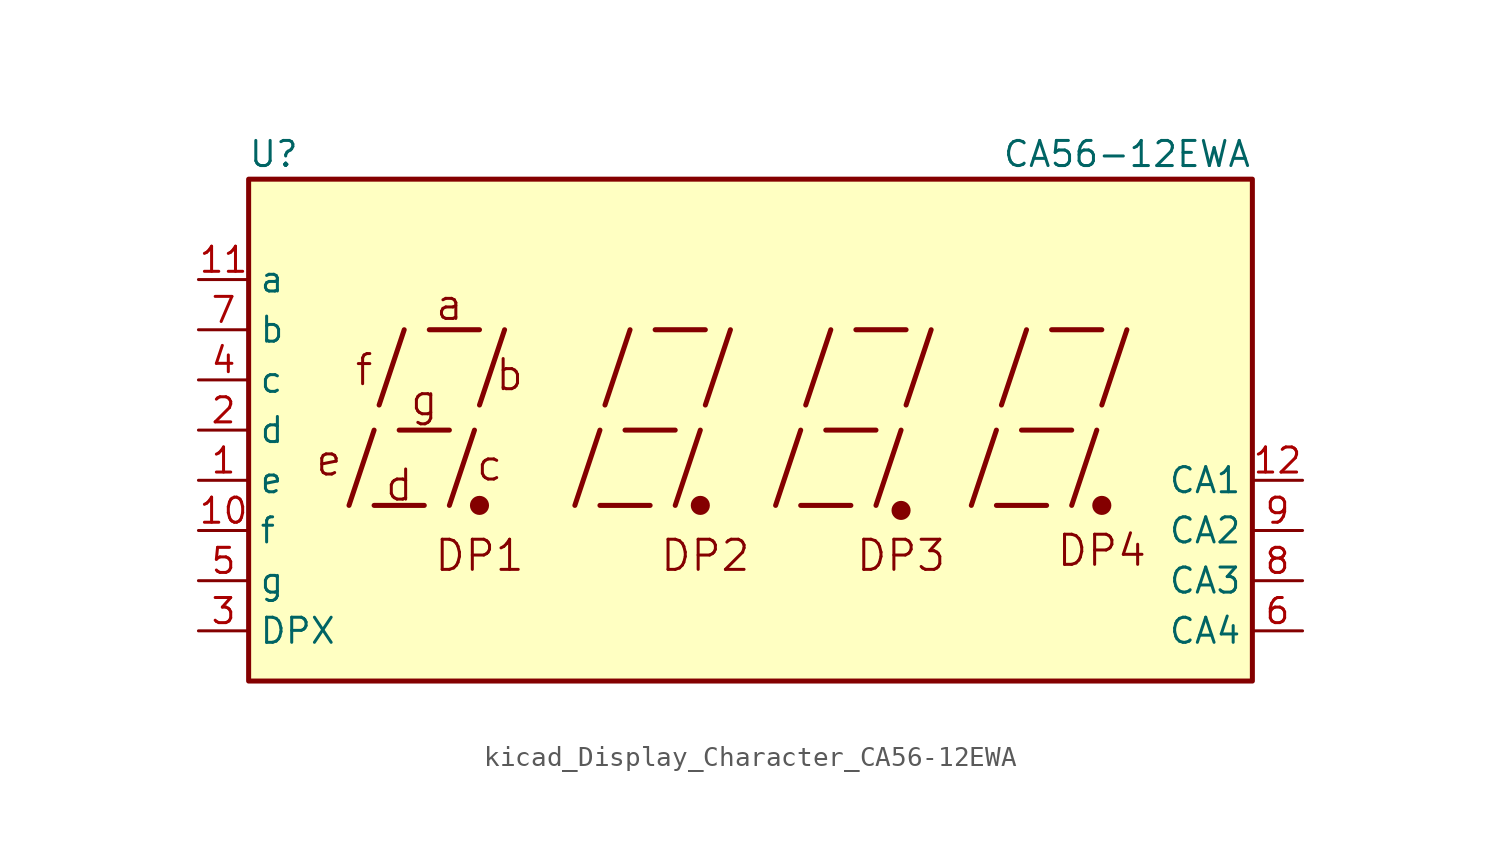
<source format=kicad_sym>
(kicad_symbol_lib
  (version 20220914)
  (generator kicad_symbol_editor)
  (symbol "kicad_Display_Character_CA56-12EWA"
    (property "Reference" "U"
      (at -24.13 13.97 0)
      (effects (font (size 1.27 1.27))))
    (property "Value" "CA56-12EWA"
      (at 19.05 13.97 0)
      (effects (font (size 1.27 1.27))))
    (symbol "kicad_Display_Character_CA56-12EWA_0_0"
      (rectangle (start -25.4 12.7) (end 25.4 -12.7) (stroke (width 0.254) (type default)) (fill (type background)))
      (polyline (pts (xy -20.32 -3.81) (xy -19.05 0)) (stroke (width 0.254) (type default)) (fill (type none)))
      (polyline (pts (xy -19.05 -3.81) (xy -16.51 -3.81)) (stroke (width 0.254) (type default)) (fill (type none)))
      (polyline (pts (xy -18.796 1.27) (xy -17.526 5.08)) (stroke (width 0.254) (type default)) (fill (type none)))
      (polyline (pts (xy -17.78 0) (xy -15.24 0)) (stroke (width 0.254) (type default)) (fill (type none)))
      (polyline (pts (xy -16.256 5.08) (xy -13.716 5.08)) (stroke (width 0.254) (type default)) (fill (type none)))
      (polyline (pts (xy -15.24 -3.81) (xy -13.97 0)) (stroke (width 0.254) (type default)) (fill (type none)))
      (polyline (pts (xy -13.716 1.27) (xy -12.446 5.08)) (stroke (width 0.254) (type default)) (fill (type none)))
      (polyline (pts (xy -8.89 -3.81) (xy -7.62 0)) (stroke (width 0.254) (type default)) (fill (type none)))
      (polyline (pts (xy -7.62 -3.81) (xy -5.08 -3.81)) (stroke (width 0.254) (type default)) (fill (type none)))
      (polyline (pts (xy -7.366 1.27) (xy -6.096 5.08)) (stroke (width 0.254) (type default)) (fill (type none)))
      (polyline (pts (xy -6.35 0) (xy -3.81 0)) (stroke (width 0.254) (type default)) (fill (type none)))
      (polyline (pts (xy -4.826 5.08) (xy -2.286 5.08)) (stroke (width 0.254) (type default)) (fill (type none)))
      (polyline (pts (xy -3.81 -3.81) (xy -2.54 0)) (stroke (width 0.254) (type default)) (fill (type none)))
      (polyline (pts (xy -2.286 1.27) (xy -1.016 5.08)) (stroke (width 0.254) (type default)) (fill (type none)))
      (polyline (pts (xy 1.27 -3.81) (xy 2.54 0)) (stroke (width 0.254) (type default)) (fill (type none)))
      (polyline (pts (xy 2.54 -3.81) (xy 5.08 -3.81)) (stroke (width 0.254) (type default)) (fill (type none)))
      (polyline (pts (xy 2.794 1.27) (xy 4.064 5.08)) (stroke (width 0.254) (type default)) (fill (type none)))
      (polyline (pts (xy 3.81 0) (xy 6.35 0)) (stroke (width 0.254) (type default)) (fill (type none)))
      (polyline (pts (xy 5.334 5.08) (xy 7.874 5.08)) (stroke (width 0.254) (type default)) (fill (type none)))
      (polyline (pts (xy 6.35 -3.81) (xy 7.62 0)) (stroke (width 0.254) (type default)) (fill (type none)))
      (polyline (pts (xy 7.874 1.27) (xy 9.144 5.08)) (stroke (width 0.254) (type default)) (fill (type none)))
      (polyline (pts (xy 11.176 -3.81) (xy 12.446 0)) (stroke (width 0.254) (type default)) (fill (type none)))
      (polyline (pts (xy 12.446 -3.81) (xy 14.986 -3.81)) (stroke (width 0.254) (type default)) (fill (type none)))
      (polyline (pts (xy 12.7 1.27) (xy 13.97 5.08)) (stroke (width 0.254) (type default)) (fill (type none)))
      (polyline (pts (xy 13.716 0) (xy 16.256 0)) (stroke (width 0.254) (type default)) (fill (type none)))
      (polyline (pts (xy 15.24 5.08) (xy 17.78 5.08)) (stroke (width 0.254) (type default)) (fill (type none)))
      (polyline (pts (xy 16.256 -3.81) (xy 17.526 0)) (stroke (width 0.254) (type default)) (fill (type none)))
      (polyline (pts (xy 17.78 1.27) (xy 19.05 5.08)) (stroke (width 0.254) (type default)) (fill (type none)))
      (text "a" (at -15.24 6.35 0) (effects (font (size 1.524 1.524))))
      (text "b" (at -12.192 2.794 0) (effects (font (size 1.524 1.524))))
      (text "c" (at -13.208 -1.778 0) (effects (font (size 1.524 1.524))))
      (text "d" (at -17.78 -2.794 0) (effects (font (size 1.524 1.524))))
      (text "DP1" (at -13.716 -6.35 0) (effects (font (size 1.524 1.524))))
      (text "DP2" (at -2.286 -6.35 0) (effects (font (size 1.524 1.524))))
      (text "DP3" (at 7.62 -6.35 0) (effects (font (size 1.524 1.524))))
      (text "DP4" (at 17.78 -6.096 0) (effects (font (size 1.524 1.524))))
      (text "e" (at -21.336 -1.524 0) (effects (font (size 1.524 1.524))))
      (text "f" (at -19.558 3.048 0) (effects (font (size 1.524 1.524))))
      (text "g" (at -16.51 1.524 0) (effects (font (size 1.524 1.524)))))
    (symbol "kicad_Display_Character_CA56-12EWA_0_1"
      (circle (center -13.716 -3.81) (radius 0.356) (stroke (width 0.254) (type default)) (fill (type outline)))
      (circle (center -2.54 -3.81) (radius 0.356) (stroke (width 0.254) (type default)) (fill (type outline))))
    (symbol "kicad_Display_Character_CA56-12EWA_1_0"
      (circle (center 7.62 -4.064) (radius 0.356) (stroke (width 0.254) (type default)) (fill (type outline)))
      (circle (center 17.78 -3.81) (radius 0.356) (stroke (width 0.254) (type default)) (fill (type outline))))
    (symbol "kicad_Display_Character_CA56-12EWA_1_1"
      (pin input line (at -27.94 -2.54 0) (length 2.54) (name "e" (effects (font (size 1.27 1.27)))) (number "1" (effects (font (size 1.27 1.27)))))
      (pin input line (at -27.94 -5.08 0) (length 2.54) (name "f" (effects (font (size 1.27 1.27)))) (number "10" (effects (font (size 1.27 1.27)))))
      (pin input line (at -27.94 7.62 0) (length 2.54) (name "a" (effects (font (size 1.27 1.27)))) (number "11" (effects (font (size 1.27 1.27)))))
      (pin input line (at 27.94 -2.54 180) (length 2.54) (name "CA1" (effects (font (size 1.27 1.27)))) (number "12" (effects (font (size 1.27 1.27)))))
      (pin input line (at -27.94 0 0) (length 2.54) (name "d" (effects (font (size 1.27 1.27)))) (number "2" (effects (font (size 1.27 1.27)))))
      (pin input line (at -27.94 -10.16 0) (length 2.54) (name "DPX" (effects (font (size 1.27 1.27)))) (number "3" (effects (font (size 1.27 1.27)))))
      (pin input line (at -27.94 2.54 0) (length 2.54) (name "c" (effects (font (size 1.27 1.27)))) (number "4" (effects (font (size 1.27 1.27)))))
      (pin input line (at -27.94 -7.62 0) (length 2.54) (name "g" (effects (font (size 1.27 1.27)))) (number "5" (effects (font (size 1.27 1.27)))))
      (pin input line (at 27.94 -10.16 180) (length 2.54) (name "CA4" (effects (font (size 1.27 1.27)))) (number "6" (effects (font (size 1.27 1.27)))))
      (pin input line (at -27.94 5.08 0) (length 2.54) (name "b" (effects (font (size 1.27 1.27)))) (number "7" (effects (font (size 1.27 1.27)))))
      (pin input line (at 27.94 -7.62 180) (length 2.54) (name "CA3" (effects (font (size 1.27 1.27)))) (number "8" (effects (font (size 1.27 1.27)))))
      (pin input line (at 27.94 -5.08 180) (length 2.54) (name "CA2" (effects (font (size 1.27 1.27)))) (number "9" (effects (font (size 1.27 1.27))))))))
</source>
